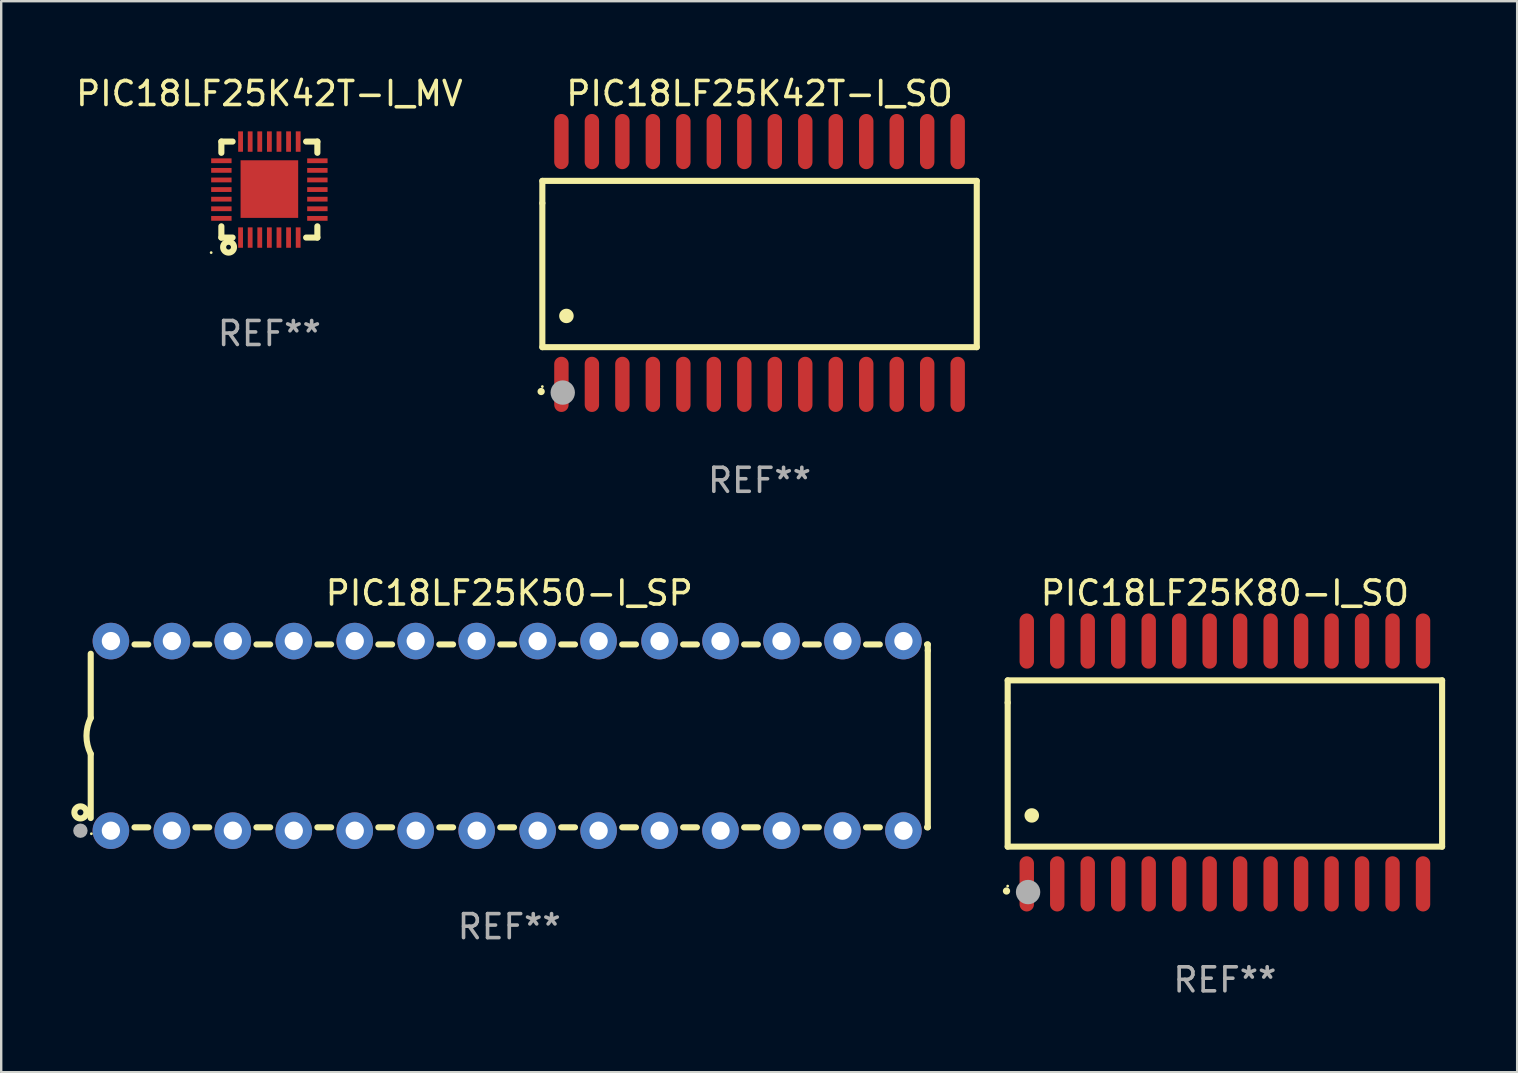
<source format=kicad_pcb>
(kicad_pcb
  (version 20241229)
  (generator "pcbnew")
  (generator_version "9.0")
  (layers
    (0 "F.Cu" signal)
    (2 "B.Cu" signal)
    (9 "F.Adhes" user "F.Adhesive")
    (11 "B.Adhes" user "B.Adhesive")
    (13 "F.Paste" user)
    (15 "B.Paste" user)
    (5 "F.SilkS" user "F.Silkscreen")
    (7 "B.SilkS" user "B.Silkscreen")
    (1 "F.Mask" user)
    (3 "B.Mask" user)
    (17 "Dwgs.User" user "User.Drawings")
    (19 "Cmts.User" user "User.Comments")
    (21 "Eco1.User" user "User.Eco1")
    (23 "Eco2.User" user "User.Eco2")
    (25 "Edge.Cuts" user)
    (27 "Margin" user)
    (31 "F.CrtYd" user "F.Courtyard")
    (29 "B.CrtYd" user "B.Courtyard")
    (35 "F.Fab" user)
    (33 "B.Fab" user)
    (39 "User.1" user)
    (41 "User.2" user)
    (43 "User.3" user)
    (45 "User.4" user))
  (footprint "PIC18LF25K50-I_SP"
    (layer "F.Cu")
    (at 18.168 27.61)
    (property "Reference" "PIC18LF25K50-I_SP" (at 0 -5.95 0) (layer "F.SilkS") (effects (font (size 1 1) (thickness 0.15))))
    (attr through_hole)
    (fp_line (start -17.438 0.75) (end -17.438 3.423) (stroke (width 0.254) (type solid)) (layer "F.SilkS"))
    (fp_line (start -17.438 -3.423) (end -17.438 -0.75) (stroke (width 0.254) (type solid)) (layer "F.SilkS"))
    (fp_line (start -15.615 3.81) (end -15.041 3.81) (stroke (width 0.254) (type solid)) (layer "F.SilkS"))
    (fp_line (start -15.041 -3.81) (end -15.614 -3.81) (stroke (width 0.254) (type solid)) (layer "F.SilkS"))
    (fp_line (start -13.075 3.81) (end -12.501 3.81) (stroke (width 0.254) (type solid)) (layer "F.SilkS"))
    (fp_line (start -12.501 -3.81) (end -13.074 -3.81) (stroke (width 0.254) (type solid)) (layer "F.SilkS"))
    (fp_line (start -10.535 3.81) (end -9.961 3.81) (stroke (width 0.254) (type solid)) (layer "F.SilkS"))
    (fp_line (start -9.961 -3.81) (end -10.534 -3.81) (stroke (width 0.254) (type solid)) (layer "F.SilkS"))
    (fp_line (start -7.995 3.81) (end -7.421 3.81) (stroke (width 0.254) (type solid)) (layer "F.SilkS"))
    (fp_line (start -7.421 -3.81) (end -7.995 -3.81) (stroke (width 0.254) (type solid)) (layer "F.SilkS"))
    (fp_line (start -5.455 3.81) (end -4.881 3.81) (stroke (width 0.254) (type solid)) (layer "F.SilkS"))
    (fp_line (start -4.881 -3.81) (end -5.455 -3.81) (stroke (width 0.254) (type solid)) (layer "F.SilkS"))
    (fp_line (start -2.915 3.81) (end -2.341 3.81) (stroke (width 0.254) (type solid)) (layer "F.SilkS"))
    (fp_line (start -2.341 -3.81) (end -2.915 -3.81) (stroke (width 0.254) (type solid)) (layer "F.SilkS"))
    (fp_line (start -0.375 3.81) (end 0.199 3.81) (stroke (width 0.254) (type solid)) (layer "F.SilkS"))
    (fp_line (start 0.199 -3.81) (end -0.375 -3.81) (stroke (width 0.254) (type solid)) (layer "F.SilkS"))
    (fp_line (start 2.165 3.81) (end 2.739 3.81) (stroke (width 0.254) (type solid)) (layer "F.SilkS"))
    (fp_line (start 2.739 -3.81) (end 2.165 -3.81) (stroke (width 0.254) (type solid)) (layer "F.SilkS"))
    (fp_line (start 4.705 3.81) (end 5.279 3.81) (stroke (width 0.254) (type solid)) (layer "F.SilkS"))
    (fp_line (start 5.279 -3.81) (end 4.705 -3.81) (stroke (width 0.254) (type solid)) (layer "F.SilkS"))
    (fp_line (start 7.245 3.81) (end 7.819 3.81) (stroke (width 0.254) (type solid)) (layer "F.SilkS"))
    (fp_line (start 7.819 -3.81) (end 7.245 -3.81) (stroke (width 0.254) (type solid)) (layer "F.SilkS"))
    (fp_line (start 9.785 3.81) (end 10.359 3.81) (stroke (width 0.254) (type solid)) (layer "F.SilkS"))
    (fp_line (start 10.359 -3.81) (end 9.785 -3.81) (stroke (width 0.254) (type solid)) (layer "F.SilkS"))
    (fp_line (start 12.325 3.81) (end 12.899 3.81) (stroke (width 0.254) (type solid)) (layer "F.SilkS"))
    (fp_line (start 12.899 -3.81) (end 12.325 -3.81) (stroke (width 0.254) (type solid)) (layer "F.SilkS"))
    (fp_line (start 14.865 3.81) (end 15.439 3.81) (stroke (width 0.254) (type solid)) (layer "F.SilkS"))
    (fp_line (start 15.439 -3.81) (end 14.865 -3.81) (stroke (width 0.254) (type solid)) (layer "F.SilkS"))
    (fp_line (start 17.405 3.81) (end 17.438 3.81) (stroke (width 0.254) (type solid)) (layer "F.SilkS"))
    (fp_line (start 17.438 -3.81) (end 17.405 -3.81) (stroke (width 0.254) (type solid)) (layer "F.SilkS"))
    (fp_line (start 17.438 -3.556) (end 17.438 -3.81) (stroke (width 0.254) (type solid)) (layer "F.SilkS"))
    (fp_line (start 17.438 3.81) (end 17.438 -3.556) (stroke (width 0.254) (type solid)) (layer "F.SilkS"))
    (fp_arc (start -17.437986 0.749657) (mid -17.614887 -0.000024) (end -17.437783 -0.749657) (stroke (width 0.254001) (type solid)) (layer "F.SilkS"))
    (fp_circle (center -17.868 3.188) (end -17.743 3.188) (stroke (width 0.254) (type solid)) (fill no) (layer "F.SilkS"))
    (fp_circle (center -17.411 4.077) (end -17.381 4.077) (stroke (width 0.06) (type solid)) (fill no) (layer "F.SilkS"))
    (fp_circle (center -17.868 3.95) (end -17.718 3.95) (stroke (width 0.3) (type solid)) (fill no) (layer "F.Fab"))
    (fp_text user "REF**" (at 0 7.95 0) (layer "F.Fab") (effects (font (size 1 1) (thickness 0.15))))
    (pad "1" thru_hole circle (at -16.598 3.95) (size 1.524 1.524) (drill 0.762) (layers "*.Cu" "*.Mask"))
    (pad "2" thru_hole circle (at -14.058 3.95) (size 1.524 1.524) (drill 0.762) (layers "*.Cu" "*.Mask"))
    (pad "3" thru_hole circle (at -11.518 3.95) (size 1.524 1.524) (drill 0.762) (layers "*.Cu" "*.Mask"))
    (pad "4" thru_hole circle (at -8.978 3.95) (size 1.524 1.524) (drill 0.762) (layers "*.Cu" "*.Mask"))
    (pad "5" thru_hole circle (at -6.438 3.95) (size 1.524 1.524) (drill 0.762) (layers "*.Cu" "*.Mask"))
    (pad "6" thru_hole circle (at -3.898 3.95) (size 1.524 1.524) (drill 0.762) (layers "*.Cu" "*.Mask"))
    (pad "7" thru_hole circle (at -1.358 3.95) (size 1.524 1.524) (drill 0.762) (layers "*.Cu" "*.Mask"))
    (pad "8" thru_hole circle (at 1.182 3.95) (size 1.524 1.524) (drill 0.762) (layers "*.Cu" "*.Mask"))
    (pad "9" thru_hole circle (at 3.722 3.95) (size 1.524 1.524) (drill 0.762) (layers "*.Cu" "*.Mask"))
    (pad "10" thru_hole circle (at 6.262 3.95) (size 1.524 1.524) (drill 0.762) (layers "*.Cu" "*.Mask"))
    (pad "11" thru_hole circle (at 8.802 3.95) (size 1.524 1.524) (drill 0.762) (layers "*.Cu" "*.Mask"))
    (pad "12" thru_hole circle (at 11.342 3.95) (size 1.524 1.524) (drill 0.762) (layers "*.Cu" "*.Mask"))
    (pad "13" thru_hole circle (at 13.882 3.95) (size 1.524 1.524) (drill 0.762) (layers "*.Cu" "*.Mask"))
    (pad "14" thru_hole circle (at 16.422 3.95) (size 1.524 1.524) (drill 0.762) (layers "*.Cu" "*.Mask"))
    (pad "15" thru_hole circle (at 16.422 -3.95) (size 1.524 1.524) (drill 0.762) (layers "*.Cu" "*.Mask"))
    (pad "16" thru_hole circle (at 13.882 -3.95) (size 1.524 1.524) (drill 0.762) (layers "*.Cu" "*.Mask"))
    (pad "17" thru_hole circle (at 11.342 -3.95) (size 1.524 1.524) (drill 0.762) (layers "*.Cu" "*.Mask"))
    (pad "18" thru_hole circle (at 8.802 -3.95) (size 1.524 1.524) (drill 0.762) (layers "*.Cu" "*.Mask"))
    (pad "19" thru_hole circle (at 6.262 -3.95) (size 1.524 1.524) (drill 0.762) (layers "*.Cu" "*.Mask"))
    (pad "20" thru_hole circle (at 3.722 -3.95) (size 1.524 1.524) (drill 0.762) (layers "*.Cu" "*.Mask"))
    (pad "21" thru_hole circle (at 1.182 -3.95) (size 1.524 1.524) (drill 0.762) (layers "*.Cu" "*.Mask"))
    (pad "22" thru_hole circle (at -1.358 -3.95) (size 1.524 1.524) (drill 0.762) (layers "*.Cu" "*.Mask"))
    (pad "23" thru_hole circle (at -3.898 -3.95) (size 1.524 1.524) (drill 0.762) (layers "*.Cu" "*.Mask"))
    (pad "24" thru_hole circle (at -6.438 -3.95) (size 1.524 1.524) (drill 0.762) (layers "*.Cu" "*.Mask"))
    (pad "25" thru_hole circle (at -8.978 -3.95) (size 1.524 1.524) (drill 0.762) (layers "*.Cu" "*.Mask"))
    (pad "26" thru_hole circle (at -11.517 -3.95) (size 1.524 1.524) (drill 0.762) (layers "*.Cu" "*.Mask"))
    (pad "27" thru_hole circle (at -14.057 -3.95) (size 1.524 1.524) (drill 0.762) (layers "*.Cu" "*.Mask"))
    (pad "28" thru_hole circle (at -16.597 -3.95) (size 1.524 1.524) (drill 0.762) (layers "*.Cu" "*.Mask")))
  (footprint "PIC18LF25K42T-I_SO"
    (layer "F.Cu")
    (at 28.596 7.906)
    (property "Reference" "PIC18LF25K42T-I_SO" (at 0 -7.058 0) (layer "F.SilkS") (effects (font (size 1 1) (thickness 0.15))))
    (attr through_hole)
    (fp_line (start -9.05 -3.42) (end 9.05 -3.42) (stroke (width 0.254) (type solid)) (layer "F.SilkS"))
    (fp_line (start -9.05 -2.492) (end -9.05 -3.42) (stroke (width 0.254) (type solid)) (layer "F.SilkS"))
    (fp_line (start -9.05 3.508) (end -9.05 -2.492) (stroke (width 0.254) (type solid)) (layer "F.SilkS"))
    (fp_line (start 9.05 -3.42) (end 9.05 3.508) (stroke (width 0.254) (type solid)) (layer "F.SilkS"))
    (fp_line (start 9.05 3.508) (end -9.05 3.508) (stroke (width 0.254) (type solid)) (layer "F.SilkS"))
    (fp_arc (start -9.100838 5.35649) (mid -9.099568 5.356485) (end -9.098298 5.35649) (stroke (width 0.3) (type solid)) (layer "F.SilkS"))
    (fp_arc (start -8.049276 2.206883) (mid -8.046736 2.206872) (end -8.044196 2.206883) (stroke (width 0.6) (type solid)) (layer "F.SilkS"))
    (fp_circle (center -9.05 5.15) (end -9.02 5.15) (stroke (width 0.06) (type solid)) (fill no) (layer "F.SilkS"))
    (fp_circle (center -8.2 5.4) (end -7.946 5.4) (stroke (width 0.508) (type solid)) (fill no) (layer "F.Fab"))
    (fp_text user "REF**" (at 0 9.058 0) (layer "F.Fab") (effects (font (size 1 1) (thickness 0.15))))
    (pad "1" smd oval (at -8.255 5.058 180) (size 0.6 2.3) (layers "F.Cu" "F.Mask" "F.Paste"))
    (pad "2" smd oval (at -6.985 5.058 180) (size 0.6 2.3) (layers "F.Cu" "F.Mask" "F.Paste"))
    (pad "3" smd oval (at -5.715 5.058 180) (size 0.6 2.3) (layers "F.Cu" "F.Mask" "F.Paste"))
    (pad "4" smd oval (at -4.445 5.058 180) (size 0.6 2.3) (layers "F.Cu" "F.Mask" "F.Paste"))
    (pad "5" smd oval (at -3.175 5.058 180) (size 0.6 2.3) (layers "F.Cu" "F.Mask" "F.Paste"))
    (pad "6" smd oval (at -1.905 5.058 180) (size 0.6 2.3) (layers "F.Cu" "F.Mask" "F.Paste"))
    (pad "7" smd oval (at -0.635 5.058 180) (size 0.6 2.3) (layers "F.Cu" "F.Mask" "F.Paste"))
    (pad "8" smd oval (at 0.635 5.058 180) (size 0.6 2.3) (layers "F.Cu" "F.Mask" "F.Paste"))
    (pad "9" smd oval (at 1.905 5.058 180) (size 0.6 2.3) (layers "F.Cu" "F.Mask" "F.Paste"))
    (pad "10" smd oval (at 3.175 5.058 180) (size 0.6 2.3) (layers "F.Cu" "F.Mask" "F.Paste"))
    (pad "11" smd oval (at 4.445 5.058 180) (size 0.6 2.3) (layers "F.Cu" "F.Mask" "F.Paste"))
    (pad "12" smd oval (at 5.715 5.058 180) (size 0.6 2.3) (layers "F.Cu" "F.Mask" "F.Paste"))
    (pad "13" smd oval (at 6.985 5.058 180) (size 0.6 2.3) (layers "F.Cu" "F.Mask" "F.Paste"))
    (pad "14" smd oval (at 8.255 5.058 180) (size 0.6 2.3) (layers "F.Cu" "F.Mask" "F.Paste"))
    (pad "15" smd oval (at 8.255 -5.058 180) (size 0.6 2.3) (layers "F.Cu" "F.Mask" "F.Paste"))
    (pad "16" smd oval (at 6.985 -5.058 180) (size 0.6 2.3) (layers "F.Cu" "F.Mask" "F.Paste"))
    (pad "17" smd oval (at 5.715 -5.058 180) (size 0.6 2.3) (layers "F.Cu" "F.Mask" "F.Paste"))
    (pad "18" smd oval (at 4.445 -5.058 180) (size 0.6 2.3) (layers "F.Cu" "F.Mask" "F.Paste"))
    (pad "19" smd oval (at 3.175 -5.058 180) (size 0.6 2.3) (layers "F.Cu" "F.Mask" "F.Paste"))
    (pad "20" smd oval (at 1.905 -5.058 180) (size 0.6 2.3) (layers "F.Cu" "F.Mask" "F.Paste"))
    (pad "21" smd oval (at 0.635 -5.058 180) (size 0.6 2.3) (layers "F.Cu" "F.Mask" "F.Paste"))
    (pad "22" smd oval (at -0.635 -5.058 180) (size 0.6 2.3) (layers "F.Cu" "F.Mask" "F.Paste"))
    (pad "23" smd oval (at -1.905 -5.058 180) (size 0.6 2.3) (layers "F.Cu" "F.Mask" "F.Paste"))
    (pad "24" smd oval (at -3.175 -5.058 180) (size 0.6 2.3) (layers "F.Cu" "F.Mask" "F.Paste"))
    (pad "25" smd oval (at -4.445 -5.058 180) (size 0.6 2.3) (layers "F.Cu" "F.Mask" "F.Paste"))
    (pad "26" smd oval (at -5.715 -5.058 180) (size 0.6 2.3) (layers "F.Cu" "F.Mask" "F.Paste"))
    (pad "27" smd oval (at -6.985 -5.058 180) (size 0.6 2.3) (layers "F.Cu" "F.Mask" "F.Paste"))
    (pad "28" smd oval (at -8.255 -5.058 180) (size 0.6 2.3) (layers "F.Cu" "F.Mask" "F.Paste")))
  (footprint "PIC18LF25K42T-I_MV"
    (layer "F.Cu")
    (at 8.173 4.848)
    (property "Reference" "PIC18LF25K42T-I_MV" (at 0 -4 0) (layer "F.SilkS") (effects (font (size 1 1) (thickness 0.15))))
    (attr through_hole)
    (fp_line (start -2 -2) (end -1.531 -2) (stroke (width 0.254) (type solid)) (layer "F.SilkS"))
    (fp_line (start -2 -1.531) (end -2 -2) (stroke (width 0.254) (type solid)) (layer "F.SilkS"))
    (fp_line (start -2 2) (end -2 1.531) (stroke (width 0.254) (type solid)) (layer "F.SilkS"))
    (fp_line (start -1.531 2) (end -2 2) (stroke (width 0.254) (type solid)) (layer "F.SilkS"))
    (fp_line (start 1.531 -2) (end 2 -2) (stroke (width 0.254) (type solid)) (layer "F.SilkS"))
    (fp_line (start 2 -2) (end 2 -1.531) (stroke (width 0.254) (type solid)) (layer "F.SilkS"))
    (fp_line (start 2 1.531) (end 2 2) (stroke (width 0.254) (type solid)) (layer "F.SilkS"))
    (fp_line (start 2 2) (end 1.531 2) (stroke (width 0.254) (type solid)) (layer "F.SilkS"))
    (fp_circle (center -2.425 2.627) (end -2.395 2.627) (stroke (width 0.06) (type solid)) (fill no) (layer "F.SilkS"))
    (fp_circle (center -1.7 2.4) (end -1.6 2.4) (stroke (width 0.254) (type solid)) (fill no) (layer "F.SilkS"))
    (fp_text user "REF**" (at 0 6 0) (layer "F.Fab") (effects (font (size 1 1) (thickness 0.15))))
    (pad "1" smd rect (at -1.2 2 180) (size 0.2 0.85) (layers "F.Cu" "F.Mask" "F.Paste"))
    (pad "2" smd rect (at -0.8 2 180) (size 0.2 0.85) (layers "F.Cu" "F.Mask" "F.Paste"))
    (pad "3" smd rect (at -0.4 2 180) (size 0.2 0.85) (layers "F.Cu" "F.Mask" "F.Paste"))
    (pad "4" smd rect (at -0.001 2 180) (size 0.2 0.85) (layers "F.Cu" "F.Mask" "F.Paste"))
    (pad "5" smd rect (at 0.4 2 180) (size 0.2 0.85) (layers "F.Cu" "F.Mask" "F.Paste"))
    (pad "6" smd rect (at 0.8 2 180) (size 0.2 0.85) (layers "F.Cu" "F.Mask" "F.Paste"))
    (pad "7" smd rect (at 1.2 2 180) (size 0.2 0.85) (layers "F.Cu" "F.Mask" "F.Paste"))
    (pad "8" smd rect (at 2 1.2 270) (size 0.2 0.85) (layers "F.Cu" "F.Mask" "F.Paste"))
    (pad "9" smd rect (at 2 0.8 270) (size 0.2 0.85) (layers "F.Cu" "F.Mask" "F.Paste"))
    (pad "10" smd rect (at 2 0.4 270) (size 0.2 0.85) (layers "F.Cu" "F.Mask" "F.Paste"))
    (pad "11" smd rect (at 2 0 270) (size 0.2 0.85) (layers "F.Cu" "F.Mask" "F.Paste"))
    (pad "12" smd rect (at 2 -0.4 270) (size 0.2 0.85) (layers "F.Cu" "F.Mask" "F.Paste"))
    (pad "13" smd rect (at 2 -0.8 270) (size 0.2 0.85) (layers "F.Cu" "F.Mask" "F.Paste"))
    (pad "14" smd rect (at 2 -1.2 270) (size 0.2 0.85) (layers "F.Cu" "F.Mask" "F.Paste"))
    (pad "15" smd rect (at 1.2 -2) (size 0.2 0.85) (layers "F.Cu" "F.Mask" "F.Paste"))
    (pad "16" smd rect (at 0.8 -2) (size 0.2 0.85) (layers "F.Cu" "F.Mask" "F.Paste"))
    (pad "17" smd rect (at 0.4 -2) (size 0.2 0.85) (layers "F.Cu" "F.Mask" "F.Paste"))
    (pad "18" smd rect (at 0 -2) (size 0.2 0.85) (layers "F.Cu" "F.Mask" "F.Paste"))
    (pad "19" smd rect (at -0.4 -2) (size 0.2 0.85) (layers "F.Cu" "F.Mask" "F.Paste"))
    (pad "20" smd rect (at -0.8 -2) (size 0.2 0.85) (layers "F.Cu" "F.Mask" "F.Paste"))
    (pad "21" smd rect (at -1.2 -2) (size 0.2 0.85) (layers "F.Cu" "F.Mask" "F.Paste"))
    (pad "22" smd rect (at -2 -1.2 90) (size 0.2 0.85) (layers "F.Cu" "F.Mask" "F.Paste"))
    (pad "23" smd rect (at -2 -0.8 90) (size 0.2 0.85) (layers "F.Cu" "F.Mask" "F.Paste"))
    (pad "24" smd rect (at -2 -0.4 90) (size 0.2 0.85) (layers "F.Cu" "F.Mask" "F.Paste"))
    (pad "25" smd rect (at -2 0 90) (size 0.2 0.85) (layers "F.Cu" "F.Mask" "F.Paste"))
    (pad "26" smd rect (at -2 0.4 90) (size 0.2 0.85) (layers "F.Cu" "F.Mask" "F.Paste"))
    (pad "27" smd rect (at -2 0.8 90) (size 0.2 0.85) (layers "F.Cu" "F.Mask" "F.Paste"))
    (pad "28" smd rect (at -2 1.2 90) (size 0.2 0.85) (layers "F.Cu" "F.Mask" "F.Paste"))
    (pad "29" smd rect (at 0.000254 -0.02 90) (size 2.4 2.4) (layers "F.Cu" "F.Mask" "F.Paste")))
  (footprint "PIC18LF25K80-I_SO"
    (layer "F.Cu")
    (at 47.984 28.717)
    (property "Reference" "PIC18LF25K80-I_SO" (at 0 -7.058 0) (layer "F.SilkS") (effects (font (size 1 1) (thickness 0.15))))
    (attr through_hole)
    (fp_line (start -9.05 -3.42) (end 9.05 -3.42) (stroke (width 0.254) (type solid)) (layer "F.SilkS"))
    (fp_line (start -9.05 -2.492) (end -9.05 -3.42) (stroke (width 0.254) (type solid)) (layer "F.SilkS"))
    (fp_line (start -9.05 3.508) (end -9.05 -2.492) (stroke (width 0.254) (type solid)) (layer "F.SilkS"))
    (fp_line (start 9.05 -3.42) (end 9.05 3.508) (stroke (width 0.254) (type solid)) (layer "F.SilkS"))
    (fp_line (start 9.05 3.508) (end -9.05 3.508) (stroke (width 0.254) (type solid)) (layer "F.SilkS"))
    (fp_arc (start -9.100838 5.35649) (mid -9.099568 5.356485) (end -9.098298 5.35649) (stroke (width 0.3) (type solid)) (layer "F.SilkS"))
    (fp_arc (start -8.049276 2.206883) (mid -8.046736 2.206872) (end -8.044196 2.206883) (stroke (width 0.6) (type solid)) (layer "F.SilkS"))
    (fp_circle (center -9.05 5.15) (end -9.02 5.15) (stroke (width 0.06) (type solid)) (fill no) (layer "F.SilkS"))
    (fp_circle (center -8.2 5.4) (end -7.946 5.4) (stroke (width 0.508) (type solid)) (fill no) (layer "F.Fab"))
    (fp_text user "REF**" (at 0 9.058 0) (layer "F.Fab") (effects (font (size 1 1) (thickness 0.15))))
    (pad "1" smd oval (at -8.255 5.058 180) (size 0.6 2.3) (layers "F.Cu" "F.Mask" "F.Paste"))
    (pad "2" smd oval (at -6.985 5.058 180) (size 0.6 2.3) (layers "F.Cu" "F.Mask" "F.Paste"))
    (pad "3" smd oval (at -5.715 5.058 180) (size 0.6 2.3) (layers "F.Cu" "F.Mask" "F.Paste"))
    (pad "4" smd oval (at -4.445 5.058 180) (size 0.6 2.3) (layers "F.Cu" "F.Mask" "F.Paste"))
    (pad "5" smd oval (at -3.175 5.058 180) (size 0.6 2.3) (layers "F.Cu" "F.Mask" "F.Paste"))
    (pad "6" smd oval (at -1.905 5.058 180) (size 0.6 2.3) (layers "F.Cu" "F.Mask" "F.Paste"))
    (pad "7" smd oval (at -0.635 5.058 180) (size 0.6 2.3) (layers "F.Cu" "F.Mask" "F.Paste"))
    (pad "8" smd oval (at 0.635 5.058 180) (size 0.6 2.3) (layers "F.Cu" "F.Mask" "F.Paste"))
    (pad "9" smd oval (at 1.905 5.058 180) (size 0.6 2.3) (layers "F.Cu" "F.Mask" "F.Paste"))
    (pad "10" smd oval (at 3.175 5.058 180) (size 0.6 2.3) (layers "F.Cu" "F.Mask" "F.Paste"))
    (pad "11" smd oval (at 4.445 5.058 180) (size 0.6 2.3) (layers "F.Cu" "F.Mask" "F.Paste"))
    (pad "12" smd oval (at 5.715 5.058 180) (size 0.6 2.3) (layers "F.Cu" "F.Mask" "F.Paste"))
    (pad "13" smd oval (at 6.985 5.058 180) (size 0.6 2.3) (layers "F.Cu" "F.Mask" "F.Paste"))
    (pad "14" smd oval (at 8.255 5.058 180) (size 0.6 2.3) (layers "F.Cu" "F.Mask" "F.Paste"))
    (pad "15" smd oval (at 8.255 -5.058 180) (size 0.6 2.3) (layers "F.Cu" "F.Mask" "F.Paste"))
    (pad "16" smd oval (at 6.985 -5.058 180) (size 0.6 2.3) (layers "F.Cu" "F.Mask" "F.Paste"))
    (pad "17" smd oval (at 5.715 -5.058 180) (size 0.6 2.3) (layers "F.Cu" "F.Mask" "F.Paste"))
    (pad "18" smd oval (at 4.445 -5.058 180) (size 0.6 2.3) (layers "F.Cu" "F.Mask" "F.Paste"))
    (pad "19" smd oval (at 3.175 -5.058 180) (size 0.6 2.3) (layers "F.Cu" "F.Mask" "F.Paste"))
    (pad "20" smd oval (at 1.905 -5.058 180) (size 0.6 2.3) (layers "F.Cu" "F.Mask" "F.Paste"))
    (pad "21" smd oval (at 0.635 -5.058 180) (size 0.6 2.3) (layers "F.Cu" "F.Mask" "F.Paste"))
    (pad "22" smd oval (at -0.635 -5.058 180) (size 0.6 2.3) (layers "F.Cu" "F.Mask" "F.Paste"))
    (pad "23" smd oval (at -1.905 -5.058 180) (size 0.6 2.3) (layers "F.Cu" "F.Mask" "F.Paste"))
    (pad "24" smd oval (at -3.175 -5.058 180) (size 0.6 2.3) (layers "F.Cu" "F.Mask" "F.Paste"))
    (pad "25" smd oval (at -4.445 -5.058 180) (size 0.6 2.3) (layers "F.Cu" "F.Mask" "F.Paste"))
    (pad "26" smd oval (at -5.715 -5.058 180) (size 0.6 2.3) (layers "F.Cu" "F.Mask" "F.Paste"))
    (pad "27" smd oval (at -6.985 -5.058 180) (size 0.6 2.3) (layers "F.Cu" "F.Mask" "F.Paste"))
    (pad "28" smd oval (at -8.255 -5.058 180) (size 0.6 2.3) (layers "F.Cu" "F.Mask" "F.Paste")))
  (gr_rect
    (start -3 -3)
    (end 60.161 41.623)
    (stroke (width 0.1) (type default))
    (fill no)
    (layer "Edge.Cuts")))
</source>
